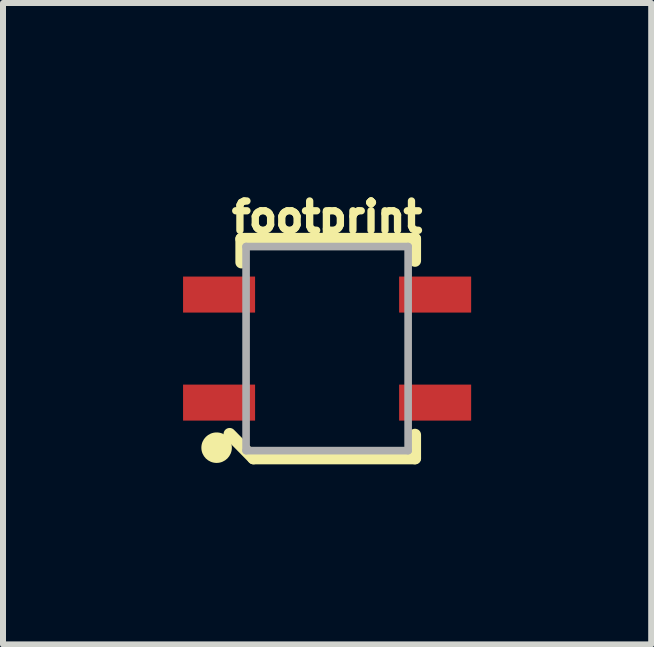
<source format=kicad_pcb>
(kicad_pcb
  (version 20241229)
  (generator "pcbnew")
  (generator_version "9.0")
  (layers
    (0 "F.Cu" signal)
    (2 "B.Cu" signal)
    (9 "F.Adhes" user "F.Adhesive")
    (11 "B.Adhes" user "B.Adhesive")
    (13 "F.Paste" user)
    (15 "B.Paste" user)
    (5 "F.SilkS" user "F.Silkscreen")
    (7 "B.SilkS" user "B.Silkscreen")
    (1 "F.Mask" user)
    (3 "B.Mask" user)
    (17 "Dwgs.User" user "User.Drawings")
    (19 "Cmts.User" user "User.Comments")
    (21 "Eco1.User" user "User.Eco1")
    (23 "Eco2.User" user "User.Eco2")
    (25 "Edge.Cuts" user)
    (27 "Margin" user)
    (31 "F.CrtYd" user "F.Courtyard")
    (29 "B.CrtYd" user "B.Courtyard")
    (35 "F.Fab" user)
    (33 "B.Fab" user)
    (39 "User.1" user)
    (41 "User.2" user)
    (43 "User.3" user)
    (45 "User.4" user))
  (footprint "footprint"
    (layer "F.Cu")
    (at 2.4 2.758)
    (property "Reference" "footprint" (at 0 -1.905 0) (layer "F.SilkS") (effects (font (size 0.488 0.488) (thickness 0.122)) (justify bottom)))
    (fp_line (start -1.624 1.424) (end -1.227 1.827) (stroke (width 0.203) (type solid)) (layer "F.SilkS"))
    (fp_line (start -1.427 -1.827) (end 1.464 -1.827) (stroke (width 0.203) (type solid)) (layer "F.SilkS"))
    (fp_line (start -1.427 -1.437) (end -1.427 -1.827) (stroke (width 0.203) (type solid)) (layer "F.SilkS"))
    (fp_line (start -1.227 1.827) (end 1.464 1.827) (stroke (width 0.203) (type solid)) (layer "F.SilkS"))
    (fp_line (start 1.464 -1.827) (end 1.464 -1.464) (stroke (width 0.203) (type solid)) (layer "F.SilkS"))
    (fp_line (start 1.464 1.827) (end 1.464 1.437) (stroke (width 0.203) (type solid)) (layer "F.SilkS"))
    (fp_circle (center -1.841 1.651) (end -1.714 1.651) (stroke (width 0.254) (type solid)) (fill yes) (layer "F.SilkS"))
    (fp_line (start -1.35 -1.7) (end -1.35 1.7) (stroke (width 0.127) (type solid)) (layer "F.Fab"))
    (fp_line (start -1.35 1.7) (end 1.35 1.7) (stroke (width 0.127) (type solid)) (layer "F.Fab"))
    (fp_line (start 1.35 -1.7) (end -1.35 -1.7) (stroke (width 0.127) (type solid)) (layer "F.Fab"))
    (fp_line (start 1.35 1.7) (end 1.35 -1.7) (stroke (width 0.127) (type solid)) (layer "F.Fab"))
    (pad "1" smd rect (at -1.8 0.9) (size 1.2 0.6) (layers "F.Cu" "F.Mask" "F.Paste"))
    (pad "2" smd rect (at 1.8 0.9) (size 1.2 0.6) (layers "F.Cu" "F.Mask" "F.Paste"))
    (pad "3" smd rect (at 1.8 -0.9) (size 1.2 0.6) (layers "F.Cu" "F.Mask" "F.Paste"))
    (pad "4" smd rect (at -1.8 -0.9) (size 1.2 0.6) (layers "F.Cu" "F.Mask" "F.Paste")))
  (gr_rect
    (start -3 -3)
    (end 7.8 7.687)
    (stroke (width 0.1) (type default))
    (fill no)
    (layer "Edge.Cuts")))
</source>
